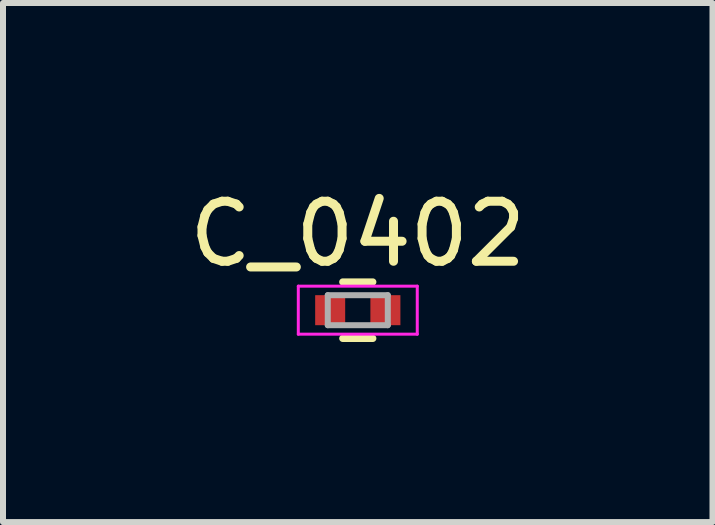
<source format=kicad_pcb>
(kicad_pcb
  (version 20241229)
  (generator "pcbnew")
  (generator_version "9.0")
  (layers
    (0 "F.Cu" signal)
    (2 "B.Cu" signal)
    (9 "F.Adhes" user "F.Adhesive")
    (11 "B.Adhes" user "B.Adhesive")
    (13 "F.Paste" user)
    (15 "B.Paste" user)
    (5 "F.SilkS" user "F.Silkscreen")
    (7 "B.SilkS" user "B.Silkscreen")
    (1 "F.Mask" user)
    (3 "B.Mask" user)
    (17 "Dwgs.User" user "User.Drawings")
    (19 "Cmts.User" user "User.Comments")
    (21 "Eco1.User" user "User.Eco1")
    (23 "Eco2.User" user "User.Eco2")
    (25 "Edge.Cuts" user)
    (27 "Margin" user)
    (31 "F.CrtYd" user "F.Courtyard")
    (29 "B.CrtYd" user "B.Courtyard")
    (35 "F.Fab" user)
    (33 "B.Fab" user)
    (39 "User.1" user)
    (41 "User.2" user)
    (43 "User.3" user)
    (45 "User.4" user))
  (footprint "C_0402"
    (layer "F.Cu")
    (at 2.911 2.118)
    (property "Reference" "C_0402" (at 0 -1.27 0) (layer "F.SilkS") (effects (font (size 1 1) (thickness 0.15))))
    (attr smd)
    (fp_line (start -0.25 0.47) (end 0.25 0.47) (stroke (width 0.12) (type solid)) (layer "F.SilkS"))
    (fp_line (start 0.25 -0.47) (end -0.25 -0.47) (stroke (width 0.12) (type solid)) (layer "F.SilkS"))
    (fp_line (start -0.991 -0.4) (end -0.991 0.4) (stroke (width 0.05) (type solid)) (layer "F.CrtYd"))
    (fp_line (start -0.991 -0.4) (end 0.991 -0.4) (stroke (width 0.05) (type solid)) (layer "F.CrtYd"))
    (fp_line (start 0.991 0.4) (end -0.991 0.4) (stroke (width 0.05) (type solid)) (layer "F.CrtYd"))
    (fp_line (start 0.991 0.4) (end 0.991 -0.4) (stroke (width 0.05) (type solid)) (layer "F.CrtYd"))
    (fp_line (start -0.5 -0.25) (end 0.5 -0.25) (stroke (width 0.1) (type solid)) (layer "F.Fab"))
    (fp_line (start -0.5 0.25) (end -0.5 -0.25) (stroke (width 0.1) (type solid)) (layer "F.Fab"))
    (fp_line (start 0.5 -0.25) (end 0.5 0.25) (stroke (width 0.1) (type solid)) (layer "F.Fab"))
    (fp_line (start 0.5 0.25) (end -0.5 0.25) (stroke (width 0.1) (type solid)) (layer "F.Fab"))
    (pad "1" smd rect (at -0.46 0) (size 0.5 0.5) (layers "F.Cu" "F.Mask" "F.Paste"))
    (pad "2" smd rect (at 0.46 0) (size 0.5 0.5) (layers "F.Cu" "F.Mask" "F.Paste")))
  (gr_rect
    (start -3 -3)
    (end 8.821 5.648)
    (stroke (width 0.1) (type default))
    (fill no)
    (layer "Edge.Cuts")))
</source>
